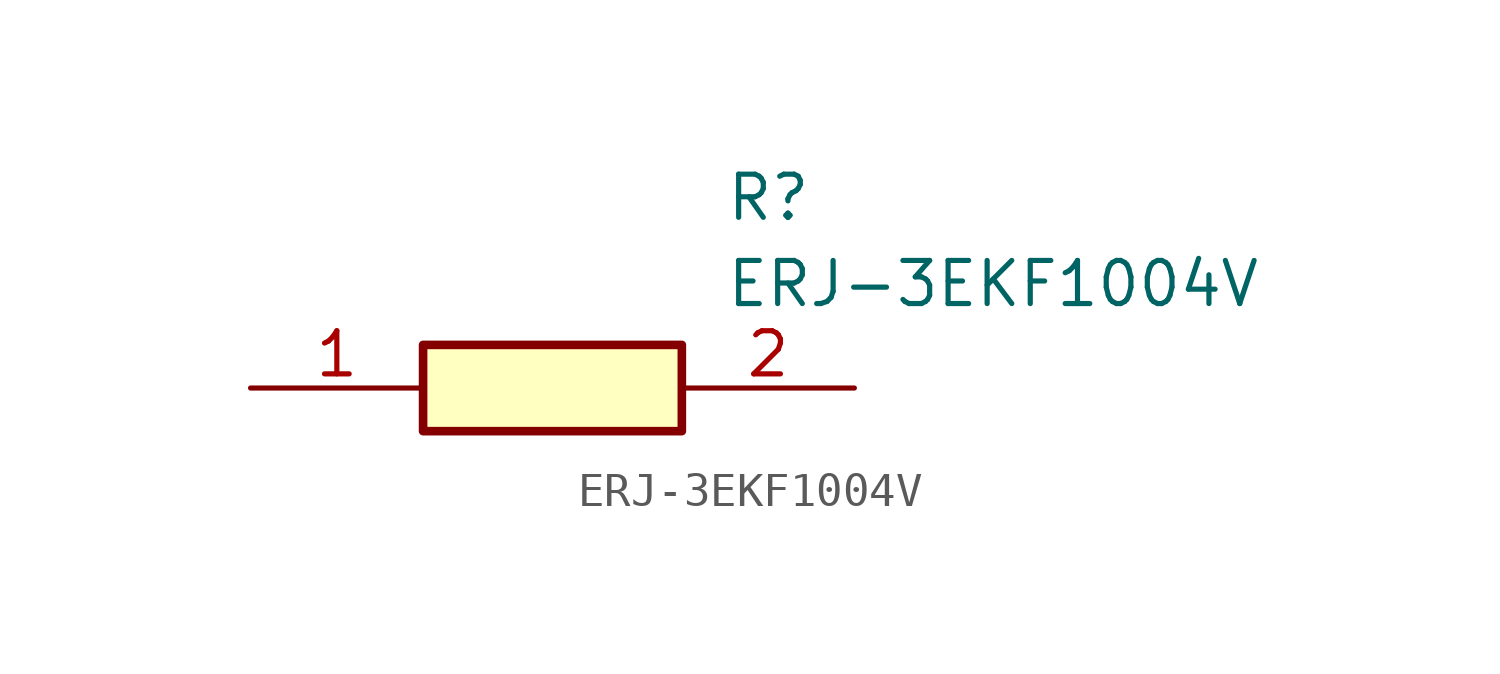
<source format=kicad_sym>
(kicad_symbol_lib
  (version 20211014)
  (generator SamacSys_ECAD_Model)
  (symbol "ERJ-3EKF1004V"
    (pin_names hide)
    (property "Reference" "R"
      (at 13.97 6.35 0)
      (effects (font (size 1.27 1.27)) (justify left top)))
    (property "Value" "ERJ-3EKF1004V"
      (at 13.97 3.81 0)
      (effects (font (size 1.27 1.27)) (justify left top)))
    (rectangle
      (start 5.08 1.27)
      (end 12.7 -1.27)
      (stroke (width 0.254) (type default))
      (fill (type background)))
    (pin passive line
      (at 0 0 0)
      (length 5.08)
      (name "1" (effects (font (size 1.27 1.27))))
      (number "1" (effects (font (size 1.27 1.27)))))
    (pin passive line
      (at 17.78 0 180)
      (length 5.08)
      (name "2" (effects (font (size 1.27 1.27))))
      (number "2" (effects (font (size 1.27 1.27)))))))
</source>
